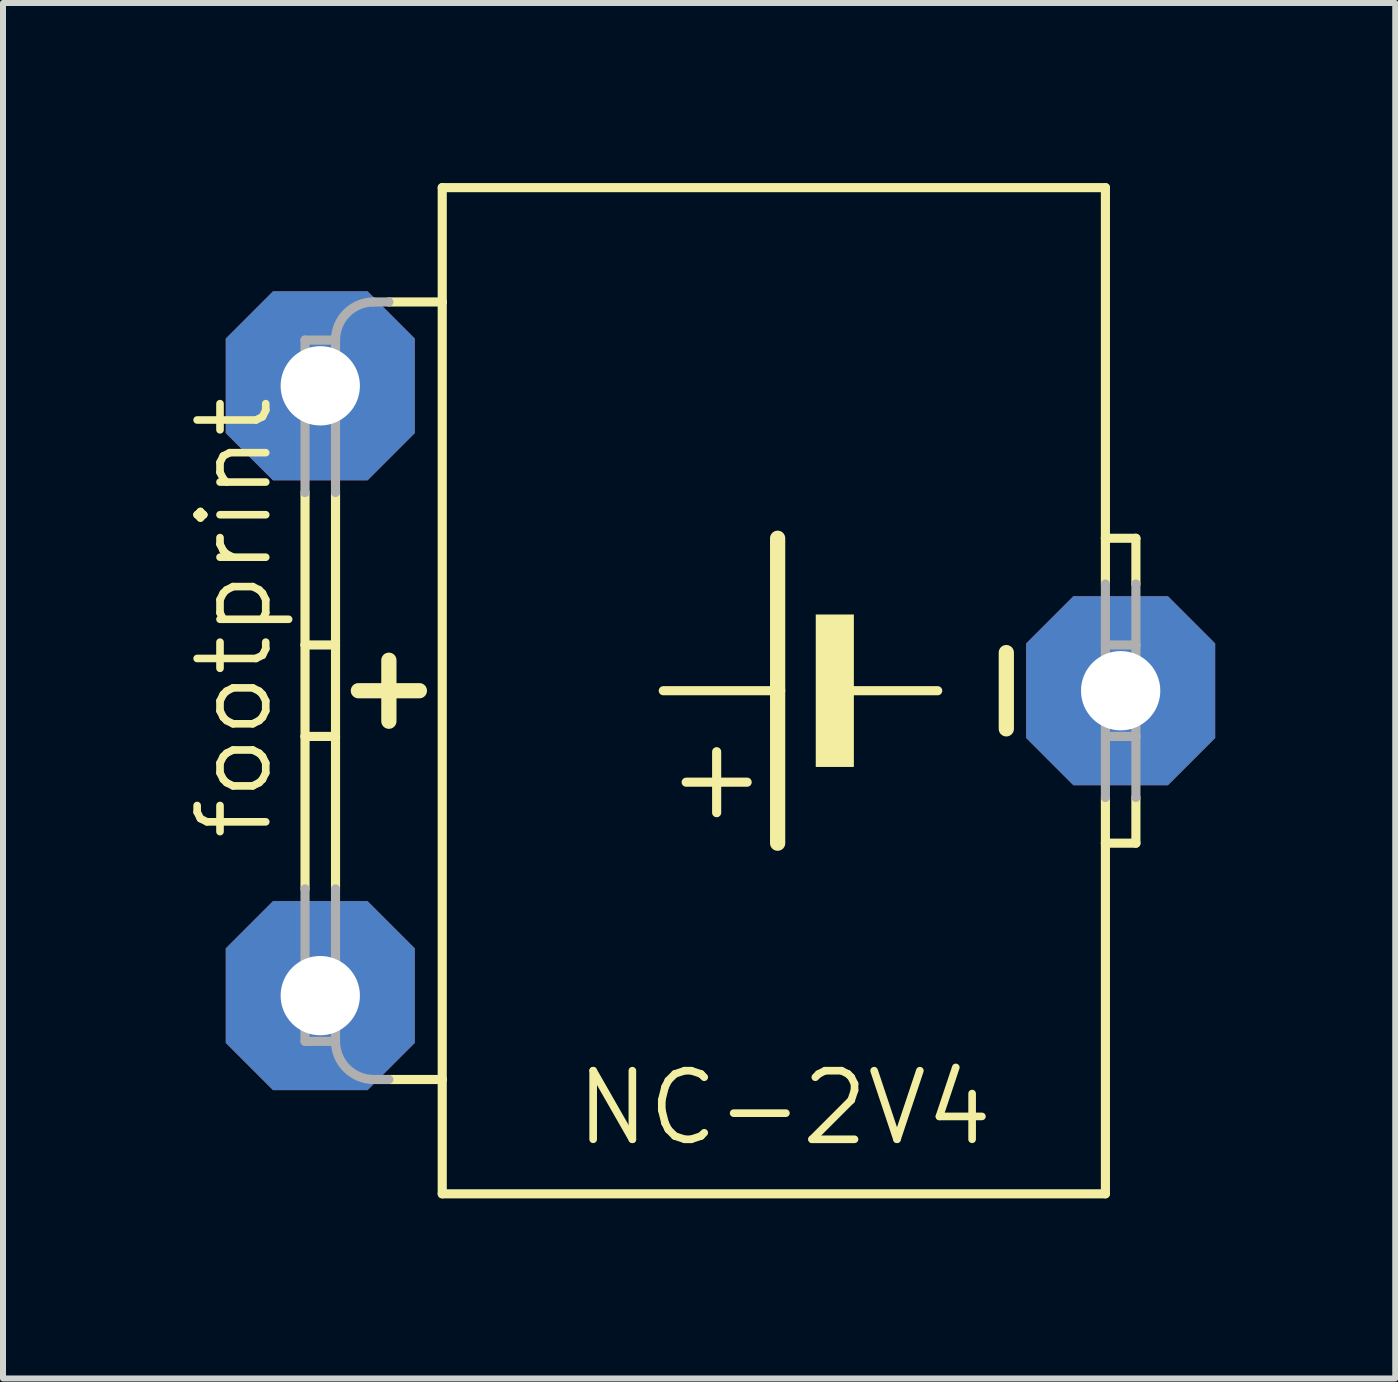
<source format=kicad_pcb>
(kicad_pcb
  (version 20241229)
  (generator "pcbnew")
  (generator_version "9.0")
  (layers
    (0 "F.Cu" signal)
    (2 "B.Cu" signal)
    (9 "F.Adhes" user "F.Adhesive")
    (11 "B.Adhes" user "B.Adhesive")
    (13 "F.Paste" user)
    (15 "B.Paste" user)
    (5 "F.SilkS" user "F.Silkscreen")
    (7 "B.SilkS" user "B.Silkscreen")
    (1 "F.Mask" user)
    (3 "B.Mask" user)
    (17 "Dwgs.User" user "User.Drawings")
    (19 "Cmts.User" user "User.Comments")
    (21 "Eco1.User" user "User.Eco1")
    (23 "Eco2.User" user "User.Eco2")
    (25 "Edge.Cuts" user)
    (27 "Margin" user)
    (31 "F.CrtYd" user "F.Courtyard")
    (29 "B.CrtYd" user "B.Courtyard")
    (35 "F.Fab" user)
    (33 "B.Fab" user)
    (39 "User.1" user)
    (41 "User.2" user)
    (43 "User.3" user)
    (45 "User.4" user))
  (footprint "footprint"
    (layer "F.Cu")
    (at 9.906 8.458)
    (property "Reference" "footprint" (at -8.382 2.54 90) (layer "F.SilkS") (effects (font (size 1.143 1.143) (thickness 0.127)) (justify left bottom)))
    (fp_line (start -7.874 -0.762) (end -7.874 -3.302) (stroke (width 0.152) (type solid)) (layer "F.SilkS"))
    (fp_line (start -7.874 0.762) (end -7.874 -0.762) (stroke (width 0.152) (type solid)) (layer "F.SilkS"))
    (fp_line (start -7.874 3.302) (end -7.874 0.762) (stroke (width 0.152) (type solid)) (layer "F.SilkS"))
    (fp_line (start -7.366 -0.762) (end -7.874 -0.762) (stroke (width 0.152) (type solid)) (layer "F.SilkS"))
    (fp_line (start -7.366 -0.762) (end -7.366 -3.302) (stroke (width 0.152) (type solid)) (layer "F.SilkS"))
    (fp_line (start -7.366 0.762) (end -7.874 0.762) (stroke (width 0.152) (type solid)) (layer "F.SilkS"))
    (fp_line (start -7.366 0.762) (end -7.366 -0.762) (stroke (width 0.152) (type solid)) (layer "F.SilkS"))
    (fp_line (start -7.366 3.302) (end -7.366 0.762) (stroke (width 0.152) (type solid)) (layer "F.SilkS"))
    (fp_line (start -6.985 0) (end -5.969 0) (stroke (width 0.254) (type solid)) (layer "F.SilkS"))
    (fp_line (start -6.477 -0.508) (end -6.477 0.508) (stroke (width 0.254) (type solid)) (layer "F.SilkS"))
    (fp_line (start -6.477 6.477) (end -5.588 6.477) (stroke (width 0.152) (type solid)) (layer "F.SilkS"))
    (fp_line (start -5.588 -8.382) (end 5.461 -8.382) (stroke (width 0.152) (type solid)) (layer "F.SilkS"))
    (fp_line (start -5.588 -6.477) (end -6.477 -6.477) (stroke (width 0.152) (type solid)) (layer "F.SilkS"))
    (fp_line (start -5.588 -6.477) (end -5.588 -8.382) (stroke (width 0.152) (type solid)) (layer "F.SilkS"))
    (fp_line (start -5.588 -6.477) (end -5.588 6.477) (stroke (width 0.152) (type solid)) (layer "F.SilkS"))
    (fp_line (start -5.588 6.477) (end -5.588 8.382) (stroke (width 0.152) (type solid)) (layer "F.SilkS"))
    (fp_line (start -5.588 8.382) (end 5.461 8.382) (stroke (width 0.152) (type solid)) (layer "F.SilkS"))
    (fp_line (start -1.016 2.032) (end -1.016 1.016) (stroke (width 0.152) (type solid)) (layer "F.SilkS"))
    (fp_line (start -0.508 1.524) (end -1.524 1.524) (stroke (width 0.152) (type solid)) (layer "F.SilkS"))
    (fp_line (start 0 0) (end -1.905 0) (stroke (width 0.152) (type solid)) (layer "F.SilkS"))
    (fp_line (start 0 0) (end 0 -2.54) (stroke (width 0.254) (type solid)) (layer "F.SilkS"))
    (fp_line (start 0 2.54) (end 0 0) (stroke (width 0.254) (type solid)) (layer "F.SilkS"))
    (fp_line (start 2.667 0) (end 1.27 0) (stroke (width 0.152) (type solid)) (layer "F.SilkS"))
    (fp_line (start 3.81 -0.635) (end 3.81 0.635) (stroke (width 0.254) (type solid)) (layer "F.SilkS"))
    (fp_line (start 5.461 -2.54) (end 5.461 -8.382) (stroke (width 0.152) (type solid)) (layer "F.SilkS"))
    (fp_line (start 5.461 -1.778) (end 5.461 -2.54) (stroke (width 0.152) (type solid)) (layer "F.SilkS"))
    (fp_line (start 5.461 2.54) (end 5.461 1.778) (stroke (width 0.152) (type solid)) (layer "F.SilkS"))
    (fp_line (start 5.461 8.382) (end 5.461 2.54) (stroke (width 0.152) (type solid)) (layer "F.SilkS"))
    (fp_line (start 5.969 -2.54) (end 5.461 -2.54) (stroke (width 0.152) (type solid)) (layer "F.SilkS"))
    (fp_line (start 5.969 -1.778) (end 5.969 -2.54) (stroke (width 0.152) (type solid)) (layer "F.SilkS"))
    (fp_line (start 5.969 1.778) (end 5.969 2.54) (stroke (width 0.152) (type solid)) (layer "F.SilkS"))
    (fp_line (start 5.969 2.54) (end 5.461 2.54) (stroke (width 0.152) (type solid)) (layer "F.SilkS"))
    (fp_poly (pts (xy 0.635 1.27) (xy 1.27 1.27) (xy 1.27 -1.27) (xy 0.635 -1.27)) (stroke (width 0) (type solid)) (fill yes) (layer "F.SilkS"))
    (fp_line (start -7.874 -3.302) (end -7.874 -5.842) (stroke (width 0.152) (type solid)) (layer "F.Fab"))
    (fp_line (start -7.874 5.842) (end -7.874 3.302) (stroke (width 0.152) (type solid)) (layer "F.Fab"))
    (fp_line (start -7.366 -5.842) (end -7.874 -5.842) (stroke (width 0.152) (type solid)) (layer "F.Fab"))
    (fp_line (start -7.366 -3.302) (end -7.366 -5.842) (stroke (width 0.152) (type solid)) (layer "F.Fab"))
    (fp_line (start -7.366 5.842) (end -7.874 5.842) (stroke (width 0.152) (type solid)) (layer "F.Fab"))
    (fp_line (start -7.366 5.842) (end -7.366 3.302) (stroke (width 0.152) (type solid)) (layer "F.Fab"))
    (fp_line (start -6.731 -6.477) (end -6.477 -6.477) (stroke (width 0.152) (type solid)) (layer "F.Fab"))
    (fp_line (start -6.731 6.477) (end -6.477 6.477) (stroke (width 0.152) (type solid)) (layer "F.Fab"))
    (fp_line (start 5.461 -0.762) (end 5.461 -1.778) (stroke (width 0.152) (type solid)) (layer "F.Fab"))
    (fp_line (start 5.461 0.762) (end 5.461 -0.762) (stroke (width 0.152) (type solid)) (layer "F.Fab"))
    (fp_line (start 5.461 1.778) (end 5.461 0.762) (stroke (width 0.152) (type solid)) (layer "F.Fab"))
    (fp_line (start 5.969 -0.762) (end 5.461 -0.762) (stroke (width 0.152) (type solid)) (layer "F.Fab"))
    (fp_line (start 5.969 -0.762) (end 5.969 -1.778) (stroke (width 0.152) (type solid)) (layer "F.Fab"))
    (fp_line (start 5.969 0.762) (end 5.461 0.762) (stroke (width 0.152) (type solid)) (layer "F.Fab"))
    (fp_line (start 5.969 0.762) (end 5.969 -0.762) (stroke (width 0.152) (type solid)) (layer "F.Fab"))
    (fp_line (start 5.969 1.778) (end 5.969 0.762) (stroke (width 0.152) (type solid)) (layer "F.Fab"))
    (fp_arc (start -7.366 -5.842) (mid -7.180013 -6.291013) (end -6.731 -6.477) (stroke (width 0.1524) (type solid)) (layer "F.Fab"))
    (fp_arc (start -6.731 6.477) (mid -7.180013 6.291013) (end -7.366 5.842) (stroke (width 0.1524) (type solid)) (layer "F.Fab"))
    (fp_text user "NC-2V4" (at -3.429 7.62 0) (layer "F.SilkS") (effects (font (size 1.143 1.143) (thickness 0.127)) (justify left bottom)))
    (pad "+" thru_hole roundrect (at -7.62 5.08) (size 3.15 3.15) (drill 1.321) (layers "*.Cu" "*.Mask") (roundrect_rratio 0.25) (chamfer_ratio 0.25) (chamfer top_left top_right bottom_left bottom_right))
    (pad "+@1" thru_hole roundrect (at -7.62 -5.08) (size 3.15 3.15) (drill 1.321) (layers "*.Cu" "*.Mask") (roundrect_rratio 0.25) (chamfer_ratio 0.25) (chamfer top_left top_right bottom_left bottom_right))
    (pad "-" thru_hole roundrect (at 5.715 0) (size 3.15 3.15) (drill 1.321) (layers "*.Cu" "*.Mask") (roundrect_rratio 0.25) (chamfer_ratio 0.25) (chamfer top_left top_right bottom_left bottom_right)))
  (gr_rect
    (start -3 -3)
    (end 20.196 19.916)
    (stroke (width 0.1) (type default))
    (fill no)
    (layer "Edge.Cuts")))
</source>
